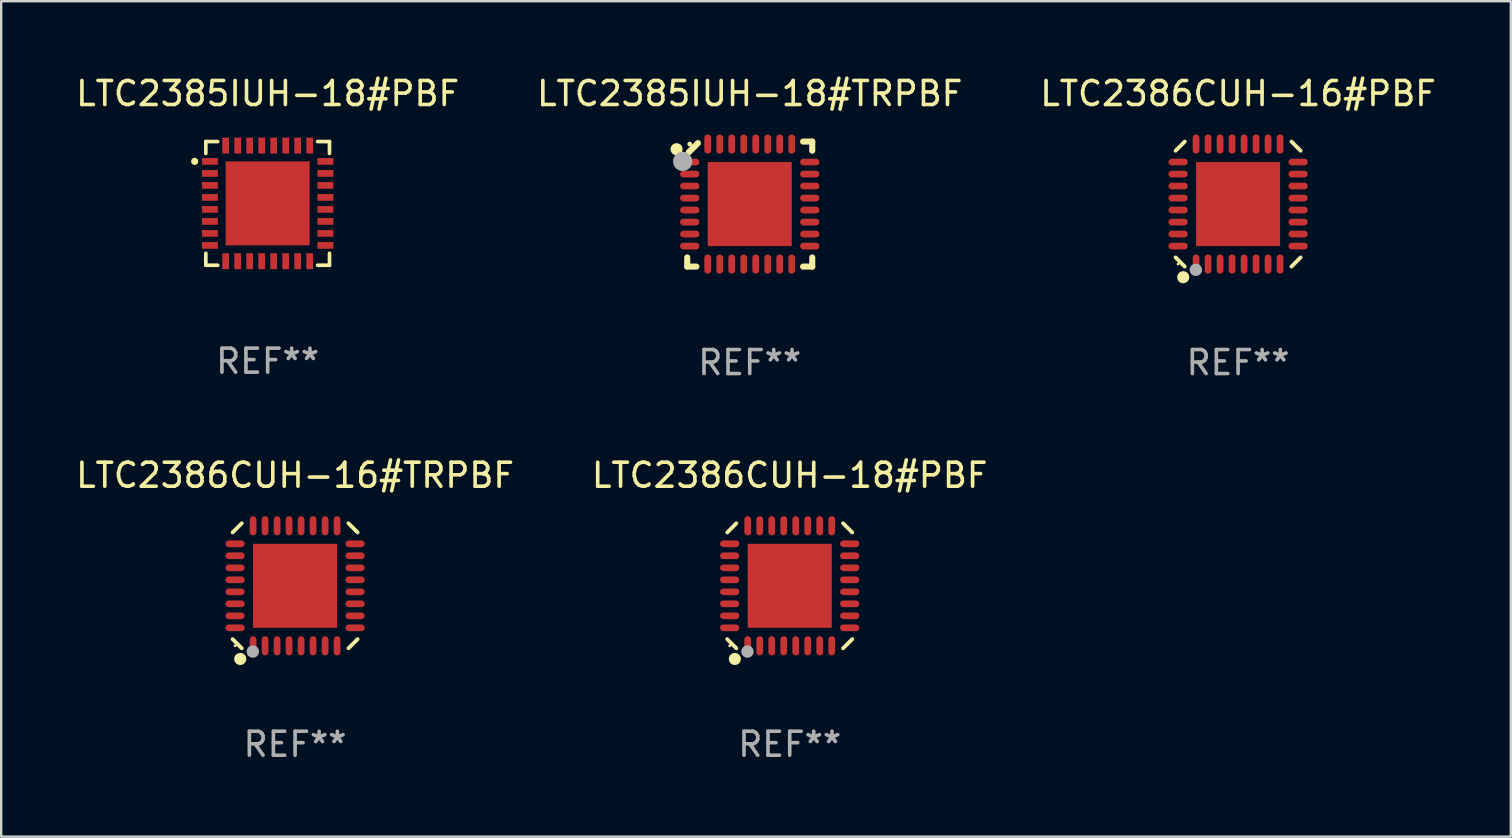
<source format=kicad_pcb>
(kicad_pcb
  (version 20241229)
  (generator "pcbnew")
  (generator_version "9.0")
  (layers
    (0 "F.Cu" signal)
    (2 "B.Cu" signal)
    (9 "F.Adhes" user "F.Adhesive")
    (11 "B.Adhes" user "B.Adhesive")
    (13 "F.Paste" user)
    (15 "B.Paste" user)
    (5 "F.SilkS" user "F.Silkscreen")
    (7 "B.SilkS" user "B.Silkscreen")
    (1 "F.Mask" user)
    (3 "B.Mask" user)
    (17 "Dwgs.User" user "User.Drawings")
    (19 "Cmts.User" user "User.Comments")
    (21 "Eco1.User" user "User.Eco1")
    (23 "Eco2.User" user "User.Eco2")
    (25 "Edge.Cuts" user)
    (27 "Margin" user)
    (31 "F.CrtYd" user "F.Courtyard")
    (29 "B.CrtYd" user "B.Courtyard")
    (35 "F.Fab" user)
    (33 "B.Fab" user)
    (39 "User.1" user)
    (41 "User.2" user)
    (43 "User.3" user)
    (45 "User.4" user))
  (footprint "LTC2386CUH-16#TRPBF"
    (layer "F.Cu")
    (at 9.244 21.355)
    (property "Reference" "LTC2386CUH-16#TRPBF" (at 0 -4.604 0) (layer "F.SilkS") (effects (font (size 1 1) (thickness 0.15))))
    (attr through_hole)
    (fp_line (start -2.223 2.603) (end -2.604 2.222) (stroke (width 0.16) (type solid)) (layer "F.SilkS"))
    (fp_line (start -2.222 -2.604) (end -2.603 -2.223) (stroke (width 0.16) (type solid)) (layer "F.SilkS"))
    (fp_line (start 2.223 -2.604) (end 2.604 -2.223) (stroke (width 0.16) (type solid)) (layer "F.SilkS"))
    (fp_line (start 2.604 2.223) (end 2.223 2.604) (stroke (width 0.16) (type solid)) (layer "F.SilkS"))
    (fp_circle (center -2.5 2.5) (end -2.47 2.5) (stroke (width 0.06) (type solid)) (fill no) (layer "F.SilkS"))
    (fp_circle (center -2.286 3.048) (end -2.159 3.048) (stroke (width 0.254) (type solid)) (fill no) (layer "F.SilkS"))
    (fp_circle (center -1.76 2.74) (end -1.63 2.74) (stroke (width 0.26) (type solid)) (fill no) (layer "F.Fab"))
    (fp_text user "REF**" (at 0 6.604 0) (layer "F.Fab") (effects (font (size 1 1) (thickness 0.15))))
    (pad "1" smd oval (at -1.75 2.5) (size 0.28 0.8) (layers "F.Cu" "F.Mask" "F.Paste"))
    (pad "2" smd oval (at -1.25 2.5) (size 0.28 0.8) (layers "F.Cu" "F.Mask" "F.Paste"))
    (pad "3" smd oval (at -0.75 2.5) (size 0.28 0.8) (layers "F.Cu" "F.Mask" "F.Paste"))
    (pad "4" smd oval (at -0.25 2.5) (size 0.28 0.8) (layers "F.Cu" "F.Mask" "F.Paste"))
    (pad "5" smd oval (at 0.25 2.5) (size 0.28 0.8) (layers "F.Cu" "F.Mask" "F.Paste"))
    (pad "6" smd oval (at 0.75 2.5) (size 0.28 0.8) (layers "F.Cu" "F.Mask" "F.Paste"))
    (pad "7" smd oval (at 1.25 2.5) (size 0.28 0.8) (layers "F.Cu" "F.Mask" "F.Paste"))
    (pad "8" smd oval (at 1.75 2.5) (size 0.28 0.8) (layers "F.Cu" "F.Mask" "F.Paste"))
    (pad "9" smd oval (at 2.5 1.75) (size 0.8 0.28) (layers "F.Cu" "F.Mask" "F.Paste"))
    (pad "10" smd oval (at 2.5 1.25) (size 0.8 0.28) (layers "F.Cu" "F.Mask" "F.Paste"))
    (pad "11" smd oval (at 2.5 0.75) (size 0.8 0.28) (layers "F.Cu" "F.Mask" "F.Paste"))
    (pad "12" smd oval (at 2.5 0.25) (size 0.8 0.28) (layers "F.Cu" "F.Mask" "F.Paste"))
    (pad "13" smd oval (at 2.5 -0.25) (size 0.8 0.28) (layers "F.Cu" "F.Mask" "F.Paste"))
    (pad "14" smd oval (at 2.5 -0.75) (size 0.8 0.28) (layers "F.Cu" "F.Mask" "F.Paste"))
    (pad "15" smd oval (at 2.5 -1.25) (size 0.8 0.28) (layers "F.Cu" "F.Mask" "F.Paste"))
    (pad "16" smd oval (at 2.5 -1.75) (size 0.8 0.28) (layers "F.Cu" "F.Mask" "F.Paste"))
    (pad "17" smd oval (at 1.75 -2.5) (size 0.28 0.8) (layers "F.Cu" "F.Mask" "F.Paste"))
    (pad "18" smd oval (at 1.25 -2.5) (size 0.28 0.8) (layers "F.Cu" "F.Mask" "F.Paste"))
    (pad "19" smd oval (at 0.75 -2.5) (size 0.28 0.8) (layers "F.Cu" "F.Mask" "F.Paste"))
    (pad "20" smd oval (at 0.25 -2.5) (size 0.28 0.8) (layers "F.Cu" "F.Mask" "F.Paste"))
    (pad "21" smd oval (at -0.25 -2.5) (size 0.28 0.8) (layers "F.Cu" "F.Mask" "F.Paste"))
    (pad "22" smd oval (at -0.75 -2.5) (size 0.28 0.8) (layers "F.Cu" "F.Mask" "F.Paste"))
    (pad "23" smd oval (at -1.25 -2.5) (size 0.28 0.8) (layers "F.Cu" "F.Mask" "F.Paste"))
    (pad "24" smd oval (at -1.75 -2.5) (size 0.28 0.8) (layers "F.Cu" "F.Mask" "F.Paste"))
    (pad "25" smd oval (at -2.5 -1.75) (size 0.8 0.28) (layers "F.Cu" "F.Mask" "F.Paste"))
    (pad "26" smd oval (at -2.5 -1.25) (size 0.8 0.28) (layers "F.Cu" "F.Mask" "F.Paste"))
    (pad "27" smd oval (at -2.5 -0.75) (size 0.8 0.28) (layers "F.Cu" "F.Mask" "F.Paste"))
    (pad "28" smd oval (at -2.5 -0.25) (size 0.8 0.28) (layers "F.Cu" "F.Mask" "F.Paste"))
    (pad "29" smd oval (at -2.5 0.25) (size 0.8 0.28) (layers "F.Cu" "F.Mask" "F.Paste"))
    (pad "30" smd oval (at -2.5 0.75) (size 0.8 0.28) (layers "F.Cu" "F.Mask" "F.Paste"))
    (pad "31" smd oval (at -2.5 1.25) (size 0.8 0.28) (layers "F.Cu" "F.Mask" "F.Paste"))
    (pad "32" smd oval (at -2.5 1.75) (size 0.8 0.28) (layers "F.Cu" "F.Mask" "F.Paste"))
    (pad "33" smd rect (at 0.000038 -0.000025) (size 3.5 3.5) (layers "F.Cu" "F.Mask" "F.Paste")))
  (footprint "LTC2385IUH-18#PBF"
    (layer "F.Cu")
    (at 8.101 5.424)
    (property "Reference" "LTC2385IUH-18#PBF" (at 0 -4.576 0) (layer "F.SilkS") (effects (font (size 1 1) (thickness 0.15))))
    (attr through_hole)
    (fp_line (start -2.576 -2.576) (end -2.576 -2.08) (stroke (width 0.152) (type solid)) (layer "F.SilkS"))
    (fp_line (start -2.576 2.576) (end -2.576 2.08) (stroke (width 0.152) (type solid)) (layer "F.SilkS"))
    (fp_line (start -2.08 -2.576) (end -2.576 -2.576) (stroke (width 0.152) (type solid)) (layer "F.SilkS"))
    (fp_line (start -2.08 2.576) (end -2.576 2.576) (stroke (width 0.152) (type solid)) (layer "F.SilkS"))
    (fp_line (start 2.08 -2.576) (end 2.576 -2.576) (stroke (width 0.152) (type solid)) (layer "F.SilkS"))
    (fp_line (start 2.08 2.576) (end 2.576 2.576) (stroke (width 0.152) (type solid)) (layer "F.SilkS"))
    (fp_line (start 2.576 -2.576) (end 2.576 -2.08) (stroke (width 0.152) (type solid)) (layer "F.SilkS"))
    (fp_line (start 2.576 2.576) (end 2.576 2.08) (stroke (width 0.152) (type solid)) (layer "F.SilkS"))
    (fp_circle (center -3.04 -1.75) (end -2.965 -1.75) (stroke (width 0.15) (type solid)) (fill no) (layer "F.SilkS"))
    (fp_text user "REF**" (at 0 6.576 0) (layer "F.Fab") (effects (font (size 1 1) (thickness 0.15))))
    (pad "1" smd rect (at -2.407 -1.75) (size 0.665 0.28) (layers "F.Cu" "F.Mask" "F.Paste"))
    (pad "2" smd rect (at -2.407 -1.25) (size 0.665 0.28) (layers "F.Cu" "F.Mask" "F.Paste"))
    (pad "3" smd rect (at -2.407 -0.75) (size 0.665 0.28) (layers "F.Cu" "F.Mask" "F.Paste"))
    (pad "4" smd rect (at -2.407 -0.25) (size 0.665 0.28) (layers "F.Cu" "F.Mask" "F.Paste"))
    (pad "5" smd rect (at -2.407 0.25) (size 0.665 0.28) (layers "F.Cu" "F.Mask" "F.Paste"))
    (pad "6" smd rect (at -2.407 0.75) (size 0.665 0.28) (layers "F.Cu" "F.Mask" "F.Paste"))
    (pad "7" smd rect (at -2.407 1.25) (size 0.665 0.28) (layers "F.Cu" "F.Mask" "F.Paste"))
    (pad "8" smd rect (at -2.407 1.75) (size 0.665 0.28) (layers "F.Cu" "F.Mask" "F.Paste"))
    (pad "9" smd rect (at -1.75 2.407) (size 0.28 0.665) (layers "F.Cu" "F.Mask" "F.Paste"))
    (pad "10" smd rect (at -1.25 2.407) (size 0.28 0.665) (layers "F.Cu" "F.Mask" "F.Paste"))
    (pad "11" smd rect (at -0.75 2.407) (size 0.28 0.665) (layers "F.Cu" "F.Mask" "F.Paste"))
    (pad "12" smd rect (at -0.25 2.407) (size 0.28 0.665) (layers "F.Cu" "F.Mask" "F.Paste"))
    (pad "13" smd rect (at 0.25 2.407) (size 0.28 0.665) (layers "F.Cu" "F.Mask" "F.Paste"))
    (pad "14" smd rect (at 0.75 2.407) (size 0.28 0.665) (layers "F.Cu" "F.Mask" "F.Paste"))
    (pad "15" smd rect (at 1.25 2.407) (size 0.28 0.665) (layers "F.Cu" "F.Mask" "F.Paste"))
    (pad "16" smd rect (at 1.75 2.407) (size 0.28 0.665) (layers "F.Cu" "F.Mask" "F.Paste"))
    (pad "17" smd rect (at 2.407 1.75) (size 0.665 0.28) (layers "F.Cu" "F.Mask" "F.Paste"))
    (pad "18" smd rect (at 2.407 1.25) (size 0.665 0.28) (layers "F.Cu" "F.Mask" "F.Paste"))
    (pad "19" smd rect (at 2.407 0.75) (size 0.665 0.28) (layers "F.Cu" "F.Mask" "F.Paste"))
    (pad "20" smd rect (at 2.407 0.25) (size 0.665 0.28) (layers "F.Cu" "F.Mask" "F.Paste"))
    (pad "21" smd rect (at 2.407 -0.25) (size 0.665 0.28) (layers "F.Cu" "F.Mask" "F.Paste"))
    (pad "22" smd rect (at 2.407 -0.75) (size 0.665 0.28) (layers "F.Cu" "F.Mask" "F.Paste"))
    (pad "23" smd rect (at 2.407 -1.25) (size 0.665 0.28) (layers "F.Cu" "F.Mask" "F.Paste"))
    (pad "24" smd rect (at 2.407 -1.75) (size 0.665 0.28) (layers "F.Cu" "F.Mask" "F.Paste"))
    (pad "25" smd rect (at 1.75 -2.408) (size 0.28 0.665) (layers "F.Cu" "F.Mask" "F.Paste"))
    (pad "26" smd rect (at 1.25 -2.408) (size 0.28 0.665) (layers "F.Cu" "F.Mask" "F.Paste"))
    (pad "27" smd rect (at 0.75 -2.408) (size 0.28 0.665) (layers "F.Cu" "F.Mask" "F.Paste"))
    (pad "28" smd rect (at 0.25 -2.408) (size 0.28 0.665) (layers "F.Cu" "F.Mask" "F.Paste"))
    (pad "29" smd rect (at -0.25 -2.408) (size 0.28 0.665) (layers "F.Cu" "F.Mask" "F.Paste"))
    (pad "30" smd rect (at -0.75 -2.408) (size 0.28 0.665) (layers "F.Cu" "F.Mask" "F.Paste"))
    (pad "31" smd rect (at -1.25 -2.408) (size 0.28 0.665) (layers "F.Cu" "F.Mask" "F.Paste"))
    (pad "32" smd rect (at -1.75 -2.408) (size 0.28 0.665) (layers "F.Cu" "F.Mask" "F.Paste"))
    (pad "33" smd rect (at -0.000076 -0.000102) (size 3.5 3.5) (layers "F.Cu" "F.Mask" "F.Paste")))
  (footprint "LTC2386CUH-18#PBF"
    (layer "F.Cu")
    (at 29.851 21.355)
    (property "Reference" "LTC2386CUH-18#PBF" (at 0 -4.604 0) (layer "F.SilkS") (effects (font (size 1 1) (thickness 0.15))))
    (attr through_hole)
    (fp_line (start -2.223 2.603) (end -2.604 2.222) (stroke (width 0.16) (type solid)) (layer "F.SilkS"))
    (fp_line (start -2.222 -2.604) (end -2.603 -2.223) (stroke (width 0.16) (type solid)) (layer "F.SilkS"))
    (fp_line (start 2.223 -2.604) (end 2.604 -2.223) (stroke (width 0.16) (type solid)) (layer "F.SilkS"))
    (fp_line (start 2.604 2.223) (end 2.223 2.604) (stroke (width 0.16) (type solid)) (layer "F.SilkS"))
    (fp_circle (center -2.5 2.5) (end -2.47 2.5) (stroke (width 0.06) (type solid)) (fill no) (layer "F.SilkS"))
    (fp_circle (center -2.286 3.048) (end -2.159 3.048) (stroke (width 0.254) (type solid)) (fill no) (layer "F.SilkS"))
    (fp_circle (center -1.76 2.74) (end -1.63 2.74) (stroke (width 0.26) (type solid)) (fill no) (layer "F.Fab"))
    (fp_text user "REF**" (at 0 6.604 0) (layer "F.Fab") (effects (font (size 1 1) (thickness 0.15))))
    (pad "1" smd oval (at -1.75 2.5) (size 0.28 0.8) (layers "F.Cu" "F.Mask" "F.Paste"))
    (pad "2" smd oval (at -1.25 2.5) (size 0.28 0.8) (layers "F.Cu" "F.Mask" "F.Paste"))
    (pad "3" smd oval (at -0.75 2.5) (size 0.28 0.8) (layers "F.Cu" "F.Mask" "F.Paste"))
    (pad "4" smd oval (at -0.25 2.5) (size 0.28 0.8) (layers "F.Cu" "F.Mask" "F.Paste"))
    (pad "5" smd oval (at 0.25 2.5) (size 0.28 0.8) (layers "F.Cu" "F.Mask" "F.Paste"))
    (pad "6" smd oval (at 0.75 2.5) (size 0.28 0.8) (layers "F.Cu" "F.Mask" "F.Paste"))
    (pad "7" smd oval (at 1.25 2.5) (size 0.28 0.8) (layers "F.Cu" "F.Mask" "F.Paste"))
    (pad "8" smd oval (at 1.75 2.5) (size 0.28 0.8) (layers "F.Cu" "F.Mask" "F.Paste"))
    (pad "9" smd oval (at 2.5 1.75) (size 0.8 0.28) (layers "F.Cu" "F.Mask" "F.Paste"))
    (pad "10" smd oval (at 2.5 1.25) (size 0.8 0.28) (layers "F.Cu" "F.Mask" "F.Paste"))
    (pad "11" smd oval (at 2.5 0.75) (size 0.8 0.28) (layers "F.Cu" "F.Mask" "F.Paste"))
    (pad "12" smd oval (at 2.5 0.25) (size 0.8 0.28) (layers "F.Cu" "F.Mask" "F.Paste"))
    (pad "13" smd oval (at 2.5 -0.25) (size 0.8 0.28) (layers "F.Cu" "F.Mask" "F.Paste"))
    (pad "14" smd oval (at 2.5 -0.75) (size 0.8 0.28) (layers "F.Cu" "F.Mask" "F.Paste"))
    (pad "15" smd oval (at 2.5 -1.25) (size 0.8 0.28) (layers "F.Cu" "F.Mask" "F.Paste"))
    (pad "16" smd oval (at 2.5 -1.75) (size 0.8 0.28) (layers "F.Cu" "F.Mask" "F.Paste"))
    (pad "17" smd oval (at 1.75 -2.5) (size 0.28 0.8) (layers "F.Cu" "F.Mask" "F.Paste"))
    (pad "18" smd oval (at 1.25 -2.5) (size 0.28 0.8) (layers "F.Cu" "F.Mask" "F.Paste"))
    (pad "19" smd oval (at 0.75 -2.5) (size 0.28 0.8) (layers "F.Cu" "F.Mask" "F.Paste"))
    (pad "20" smd oval (at 0.25 -2.5) (size 0.28 0.8) (layers "F.Cu" "F.Mask" "F.Paste"))
    (pad "21" smd oval (at -0.25 -2.5) (size 0.28 0.8) (layers "F.Cu" "F.Mask" "F.Paste"))
    (pad "22" smd oval (at -0.75 -2.5) (size 0.28 0.8) (layers "F.Cu" "F.Mask" "F.Paste"))
    (pad "23" smd oval (at -1.25 -2.5) (size 0.28 0.8) (layers "F.Cu" "F.Mask" "F.Paste"))
    (pad "24" smd oval (at -1.75 -2.5) (size 0.28 0.8) (layers "F.Cu" "F.Mask" "F.Paste"))
    (pad "25" smd oval (at -2.5 -1.75) (size 0.8 0.28) (layers "F.Cu" "F.Mask" "F.Paste"))
    (pad "26" smd oval (at -2.5 -1.25) (size 0.8 0.28) (layers "F.Cu" "F.Mask" "F.Paste"))
    (pad "27" smd oval (at -2.5 -0.75) (size 0.8 0.28) (layers "F.Cu" "F.Mask" "F.Paste"))
    (pad "28" smd oval (at -2.5 -0.25) (size 0.8 0.28) (layers "F.Cu" "F.Mask" "F.Paste"))
    (pad "29" smd oval (at -2.5 0.25) (size 0.8 0.28) (layers "F.Cu" "F.Mask" "F.Paste"))
    (pad "30" smd oval (at -2.5 0.75) (size 0.8 0.28) (layers "F.Cu" "F.Mask" "F.Paste"))
    (pad "31" smd oval (at -2.5 1.25) (size 0.8 0.28) (layers "F.Cu" "F.Mask" "F.Paste"))
    (pad "32" smd oval (at -2.5 1.75) (size 0.8 0.28) (layers "F.Cu" "F.Mask" "F.Paste"))
    (pad "33" smd rect (at 0.000038 -0.000025) (size 3.5 3.5) (layers "F.Cu" "F.Mask" "F.Paste")))
  (footprint "LTC2385IUH-18#TRPBF"
    (layer "F.Cu")
    (at 28.185 5.452)
    (property "Reference" "LTC2385IUH-18#TRPBF" (at 0 -4.604 0) (layer "F.SilkS") (effects (font (size 1 1) (thickness 0.15))))
    (attr through_hole)
    (fp_line (start -2.604 2.223) (end -2.604 2.604) (stroke (width 0.254) (type solid)) (layer "F.SilkS"))
    (fp_line (start -2.604 2.604) (end -2.223 2.604) (stroke (width 0.254) (type solid)) (layer "F.SilkS"))
    (fp_line (start -2.159 -2.54) (end -2.54 -2.159) (stroke (width 0.254) (type solid)) (layer "F.SilkS"))
    (fp_line (start 2.223 2.604) (end 2.604 2.604) (stroke (width 0.254) (type solid)) (layer "F.SilkS"))
    (fp_line (start 2.604 -2.604) (end 2.223 -2.604) (stroke (width 0.254) (type solid)) (layer "F.SilkS"))
    (fp_line (start 2.604 -2.223) (end 2.604 -2.604) (stroke (width 0.254) (type solid)) (layer "F.SilkS"))
    (fp_line (start 2.604 2.604) (end 2.604 2.223) (stroke (width 0.254) (type solid)) (layer "F.SilkS"))
    (fp_circle (center -3.048 -2.286) (end -2.921 -2.286) (stroke (width 0.254) (type solid)) (fill no) (layer "F.SilkS"))
    (fp_circle (center -2.5 -2.5) (end -2.45 -2.5) (stroke (width 0.1) (type solid)) (fill no) (layer "F.SilkS"))
    (fp_circle (center -2.794 -1.778) (end -2.594 -1.778) (stroke (width 0.4) (type solid)) (fill no) (layer "F.Fab"))
    (fp_text user "REF**" (at 0 6.604 0) (layer "F.Fab") (effects (font (size 1 1) (thickness 0.15))))
    (pad "1" smd oval (at -2.5 -1.75) (size 0.8 0.28) (layers "F.Cu" "F.Mask" "F.Paste"))
    (pad "2" smd oval (at -2.5 -1.25) (size 0.8 0.28) (layers "F.Cu" "F.Mask" "F.Paste"))
    (pad "3" smd oval (at -2.5 -0.75) (size 0.8 0.28) (layers "F.Cu" "F.Mask" "F.Paste"))
    (pad "4" smd oval (at -2.5 -0.25) (size 0.8 0.28) (layers "F.Cu" "F.Mask" "F.Paste"))
    (pad "5" smd oval (at -2.5 0.25) (size 0.8 0.28) (layers "F.Cu" "F.Mask" "F.Paste"))
    (pad "6" smd oval (at -2.5 0.75) (size 0.8 0.28) (layers "F.Cu" "F.Mask" "F.Paste"))
    (pad "7" smd oval (at -2.5 1.25) (size 0.8 0.28) (layers "F.Cu" "F.Mask" "F.Paste"))
    (pad "8" smd oval (at -2.5 1.75) (size 0.8 0.28) (layers "F.Cu" "F.Mask" "F.Paste"))
    (pad "9" smd oval (at -1.75 2.5) (size 0.28 0.8) (layers "F.Cu" "F.Mask" "F.Paste"))
    (pad "10" smd oval (at -1.25 2.5) (size 0.28 0.8) (layers "F.Cu" "F.Mask" "F.Paste"))
    (pad "11" smd oval (at -0.75 2.5) (size 0.28 0.8) (layers "F.Cu" "F.Mask" "F.Paste"))
    (pad "12" smd oval (at -0.25 2.5) (size 0.28 0.8) (layers "F.Cu" "F.Mask" "F.Paste"))
    (pad "13" smd oval (at 0.25 2.5) (size 0.28 0.8) (layers "F.Cu" "F.Mask" "F.Paste"))
    (pad "14" smd oval (at 0.75 2.5) (size 0.28 0.8) (layers "F.Cu" "F.Mask" "F.Paste"))
    (pad "15" smd oval (at 1.25 2.5) (size 0.28 0.8) (layers "F.Cu" "F.Mask" "F.Paste"))
    (pad "16" smd oval (at 1.75 2.5) (size 0.28 0.8) (layers "F.Cu" "F.Mask" "F.Paste"))
    (pad "17" smd oval (at 2.5 1.75) (size 0.8 0.28) (layers "F.Cu" "F.Mask" "F.Paste"))
    (pad "18" smd oval (at 2.5 1.25) (size 0.8 0.28) (layers "F.Cu" "F.Mask" "F.Paste"))
    (pad "19" smd oval (at 2.5 0.75) (size 0.8 0.28) (layers "F.Cu" "F.Mask" "F.Paste"))
    (pad "20" smd oval (at 2.5 0.25) (size 0.8 0.28) (layers "F.Cu" "F.Mask" "F.Paste"))
    (pad "21" smd oval (at 2.5 -0.25) (size 0.8 0.28) (layers "F.Cu" "F.Mask" "F.Paste"))
    (pad "22" smd oval (at 2.5 -0.75) (size 0.8 0.28) (layers "F.Cu" "F.Mask" "F.Paste"))
    (pad "23" smd oval (at 2.5 -1.25) (size 0.8 0.28) (layers "F.Cu" "F.Mask" "F.Paste"))
    (pad "24" smd oval (at 2.5 -1.75) (size 0.8 0.28) (layers "F.Cu" "F.Mask" "F.Paste"))
    (pad "25" smd oval (at 1.75 -2.5) (size 0.28 0.8) (layers "F.Cu" "F.Mask" "F.Paste"))
    (pad "26" smd oval (at 1.25 -2.5) (size 0.28 0.8) (layers "F.Cu" "F.Mask" "F.Paste"))
    (pad "27" smd oval (at 0.75 -2.5) (size 0.28 0.8) (layers "F.Cu" "F.Mask" "F.Paste"))
    (pad "28" smd oval (at 0.25 -2.5) (size 0.28 0.8) (layers "F.Cu" "F.Mask" "F.Paste"))
    (pad "29" smd oval (at -0.25 -2.5) (size 0.28 0.8) (layers "F.Cu" "F.Mask" "F.Paste"))
    (pad "30" smd oval (at -0.75 -2.5) (size 0.28 0.8) (layers "F.Cu" "F.Mask" "F.Paste"))
    (pad "31" smd oval (at -1.25 -2.5) (size 0.28 0.8) (layers "F.Cu" "F.Mask" "F.Paste"))
    (pad "32" smd oval (at -1.75 -2.5) (size 0.28 0.8) (layers "F.Cu" "F.Mask" "F.Paste"))
    (pad "33" smd rect (at 0.000076 0.000076) (size 3.5 3.5) (layers "F.Cu" "F.Mask" "F.Paste")))
  (footprint "LTC2386CUH-16#PBF"
    (layer "F.Cu")
    (at 48.53 5.452)
    (property "Reference" "LTC2386CUH-16#PBF" (at 0 -4.604 0) (layer "F.SilkS") (effects (font (size 1 1) (thickness 0.15))))
    (attr through_hole)
    (fp_line (start -2.223 2.603) (end -2.604 2.222) (stroke (width 0.16) (type solid)) (layer "F.SilkS"))
    (fp_line (start -2.222 -2.604) (end -2.603 -2.223) (stroke (width 0.16) (type solid)) (layer "F.SilkS"))
    (fp_line (start 2.223 -2.604) (end 2.604 -2.223) (stroke (width 0.16) (type solid)) (layer "F.SilkS"))
    (fp_line (start 2.604 2.223) (end 2.223 2.604) (stroke (width 0.16) (type solid)) (layer "F.SilkS"))
    (fp_circle (center -2.5 2.5) (end -2.47 2.5) (stroke (width 0.06) (type solid)) (fill no) (layer "F.SilkS"))
    (fp_circle (center -2.286 3.048) (end -2.159 3.048) (stroke (width 0.254) (type solid)) (fill no) (layer "F.SilkS"))
    (fp_circle (center -1.76 2.74) (end -1.63 2.74) (stroke (width 0.26) (type solid)) (fill no) (layer "F.Fab"))
    (fp_text user "REF**" (at 0 6.604 0) (layer "F.Fab") (effects (font (size 1 1) (thickness 0.15))))
    (pad "1" smd oval (at -1.75 2.5) (size 0.28 0.8) (layers "F.Cu" "F.Mask" "F.Paste"))
    (pad "2" smd oval (at -1.25 2.5) (size 0.28 0.8) (layers "F.Cu" "F.Mask" "F.Paste"))
    (pad "3" smd oval (at -0.75 2.5) (size 0.28 0.8) (layers "F.Cu" "F.Mask" "F.Paste"))
    (pad "4" smd oval (at -0.25 2.5) (size 0.28 0.8) (layers "F.Cu" "F.Mask" "F.Paste"))
    (pad "5" smd oval (at 0.25 2.5) (size 0.28 0.8) (layers "F.Cu" "F.Mask" "F.Paste"))
    (pad "6" smd oval (at 0.75 2.5) (size 0.28 0.8) (layers "F.Cu" "F.Mask" "F.Paste"))
    (pad "7" smd oval (at 1.25 2.5) (size 0.28 0.8) (layers "F.Cu" "F.Mask" "F.Paste"))
    (pad "8" smd oval (at 1.75 2.5) (size 0.28 0.8) (layers "F.Cu" "F.Mask" "F.Paste"))
    (pad "9" smd oval (at 2.5 1.75) (size 0.8 0.28) (layers "F.Cu" "F.Mask" "F.Paste"))
    (pad "10" smd oval (at 2.5 1.25) (size 0.8 0.28) (layers "F.Cu" "F.Mask" "F.Paste"))
    (pad "11" smd oval (at 2.5 0.75) (size 0.8 0.28) (layers "F.Cu" "F.Mask" "F.Paste"))
    (pad "12" smd oval (at 2.5 0.25) (size 0.8 0.28) (layers "F.Cu" "F.Mask" "F.Paste"))
    (pad "13" smd oval (at 2.5 -0.25) (size 0.8 0.28) (layers "F.Cu" "F.Mask" "F.Paste"))
    (pad "14" smd oval (at 2.5 -0.75) (size 0.8 0.28) (layers "F.Cu" "F.Mask" "F.Paste"))
    (pad "15" smd oval (at 2.5 -1.25) (size 0.8 0.28) (layers "F.Cu" "F.Mask" "F.Paste"))
    (pad "16" smd oval (at 2.5 -1.75) (size 0.8 0.28) (layers "F.Cu" "F.Mask" "F.Paste"))
    (pad "17" smd oval (at 1.75 -2.5) (size 0.28 0.8) (layers "F.Cu" "F.Mask" "F.Paste"))
    (pad "18" smd oval (at 1.25 -2.5) (size 0.28 0.8) (layers "F.Cu" "F.Mask" "F.Paste"))
    (pad "19" smd oval (at 0.75 -2.5) (size 0.28 0.8) (layers "F.Cu" "F.Mask" "F.Paste"))
    (pad "20" smd oval (at 0.25 -2.5) (size 0.28 0.8) (layers "F.Cu" "F.Mask" "F.Paste"))
    (pad "21" smd oval (at -0.25 -2.5) (size 0.28 0.8) (layers "F.Cu" "F.Mask" "F.Paste"))
    (pad "22" smd oval (at -0.75 -2.5) (size 0.28 0.8) (layers "F.Cu" "F.Mask" "F.Paste"))
    (pad "23" smd oval (at -1.25 -2.5) (size 0.28 0.8) (layers "F.Cu" "F.Mask" "F.Paste"))
    (pad "24" smd oval (at -1.75 -2.5) (size 0.28 0.8) (layers "F.Cu" "F.Mask" "F.Paste"))
    (pad "25" smd oval (at -2.5 -1.75) (size 0.8 0.28) (layers "F.Cu" "F.Mask" "F.Paste"))
    (pad "26" smd oval (at -2.5 -1.25) (size 0.8 0.28) (layers "F.Cu" "F.Mask" "F.Paste"))
    (pad "27" smd oval (at -2.5 -0.75) (size 0.8 0.28) (layers "F.Cu" "F.Mask" "F.Paste"))
    (pad "28" smd oval (at -2.5 -0.25) (size 0.8 0.28) (layers "F.Cu" "F.Mask" "F.Paste"))
    (pad "29" smd oval (at -2.5 0.25) (size 0.8 0.28) (layers "F.Cu" "F.Mask" "F.Paste"))
    (pad "30" smd oval (at -2.5 0.75) (size 0.8 0.28) (layers "F.Cu" "F.Mask" "F.Paste"))
    (pad "31" smd oval (at -2.5 1.25) (size 0.8 0.28) (layers "F.Cu" "F.Mask" "F.Paste"))
    (pad "32" smd oval (at -2.5 1.75) (size 0.8 0.28) (layers "F.Cu" "F.Mask" "F.Paste"))
    (pad "33" smd rect (at 0.000038 -0.000025) (size 3.5 3.5) (layers "F.Cu" "F.Mask" "F.Paste")))
  (gr_rect
    (start -3 -3)
    (end 59.893 31.807)
    (stroke (width 0.1) (type default))
    (fill no)
    (layer "Edge.Cuts")))
</source>
